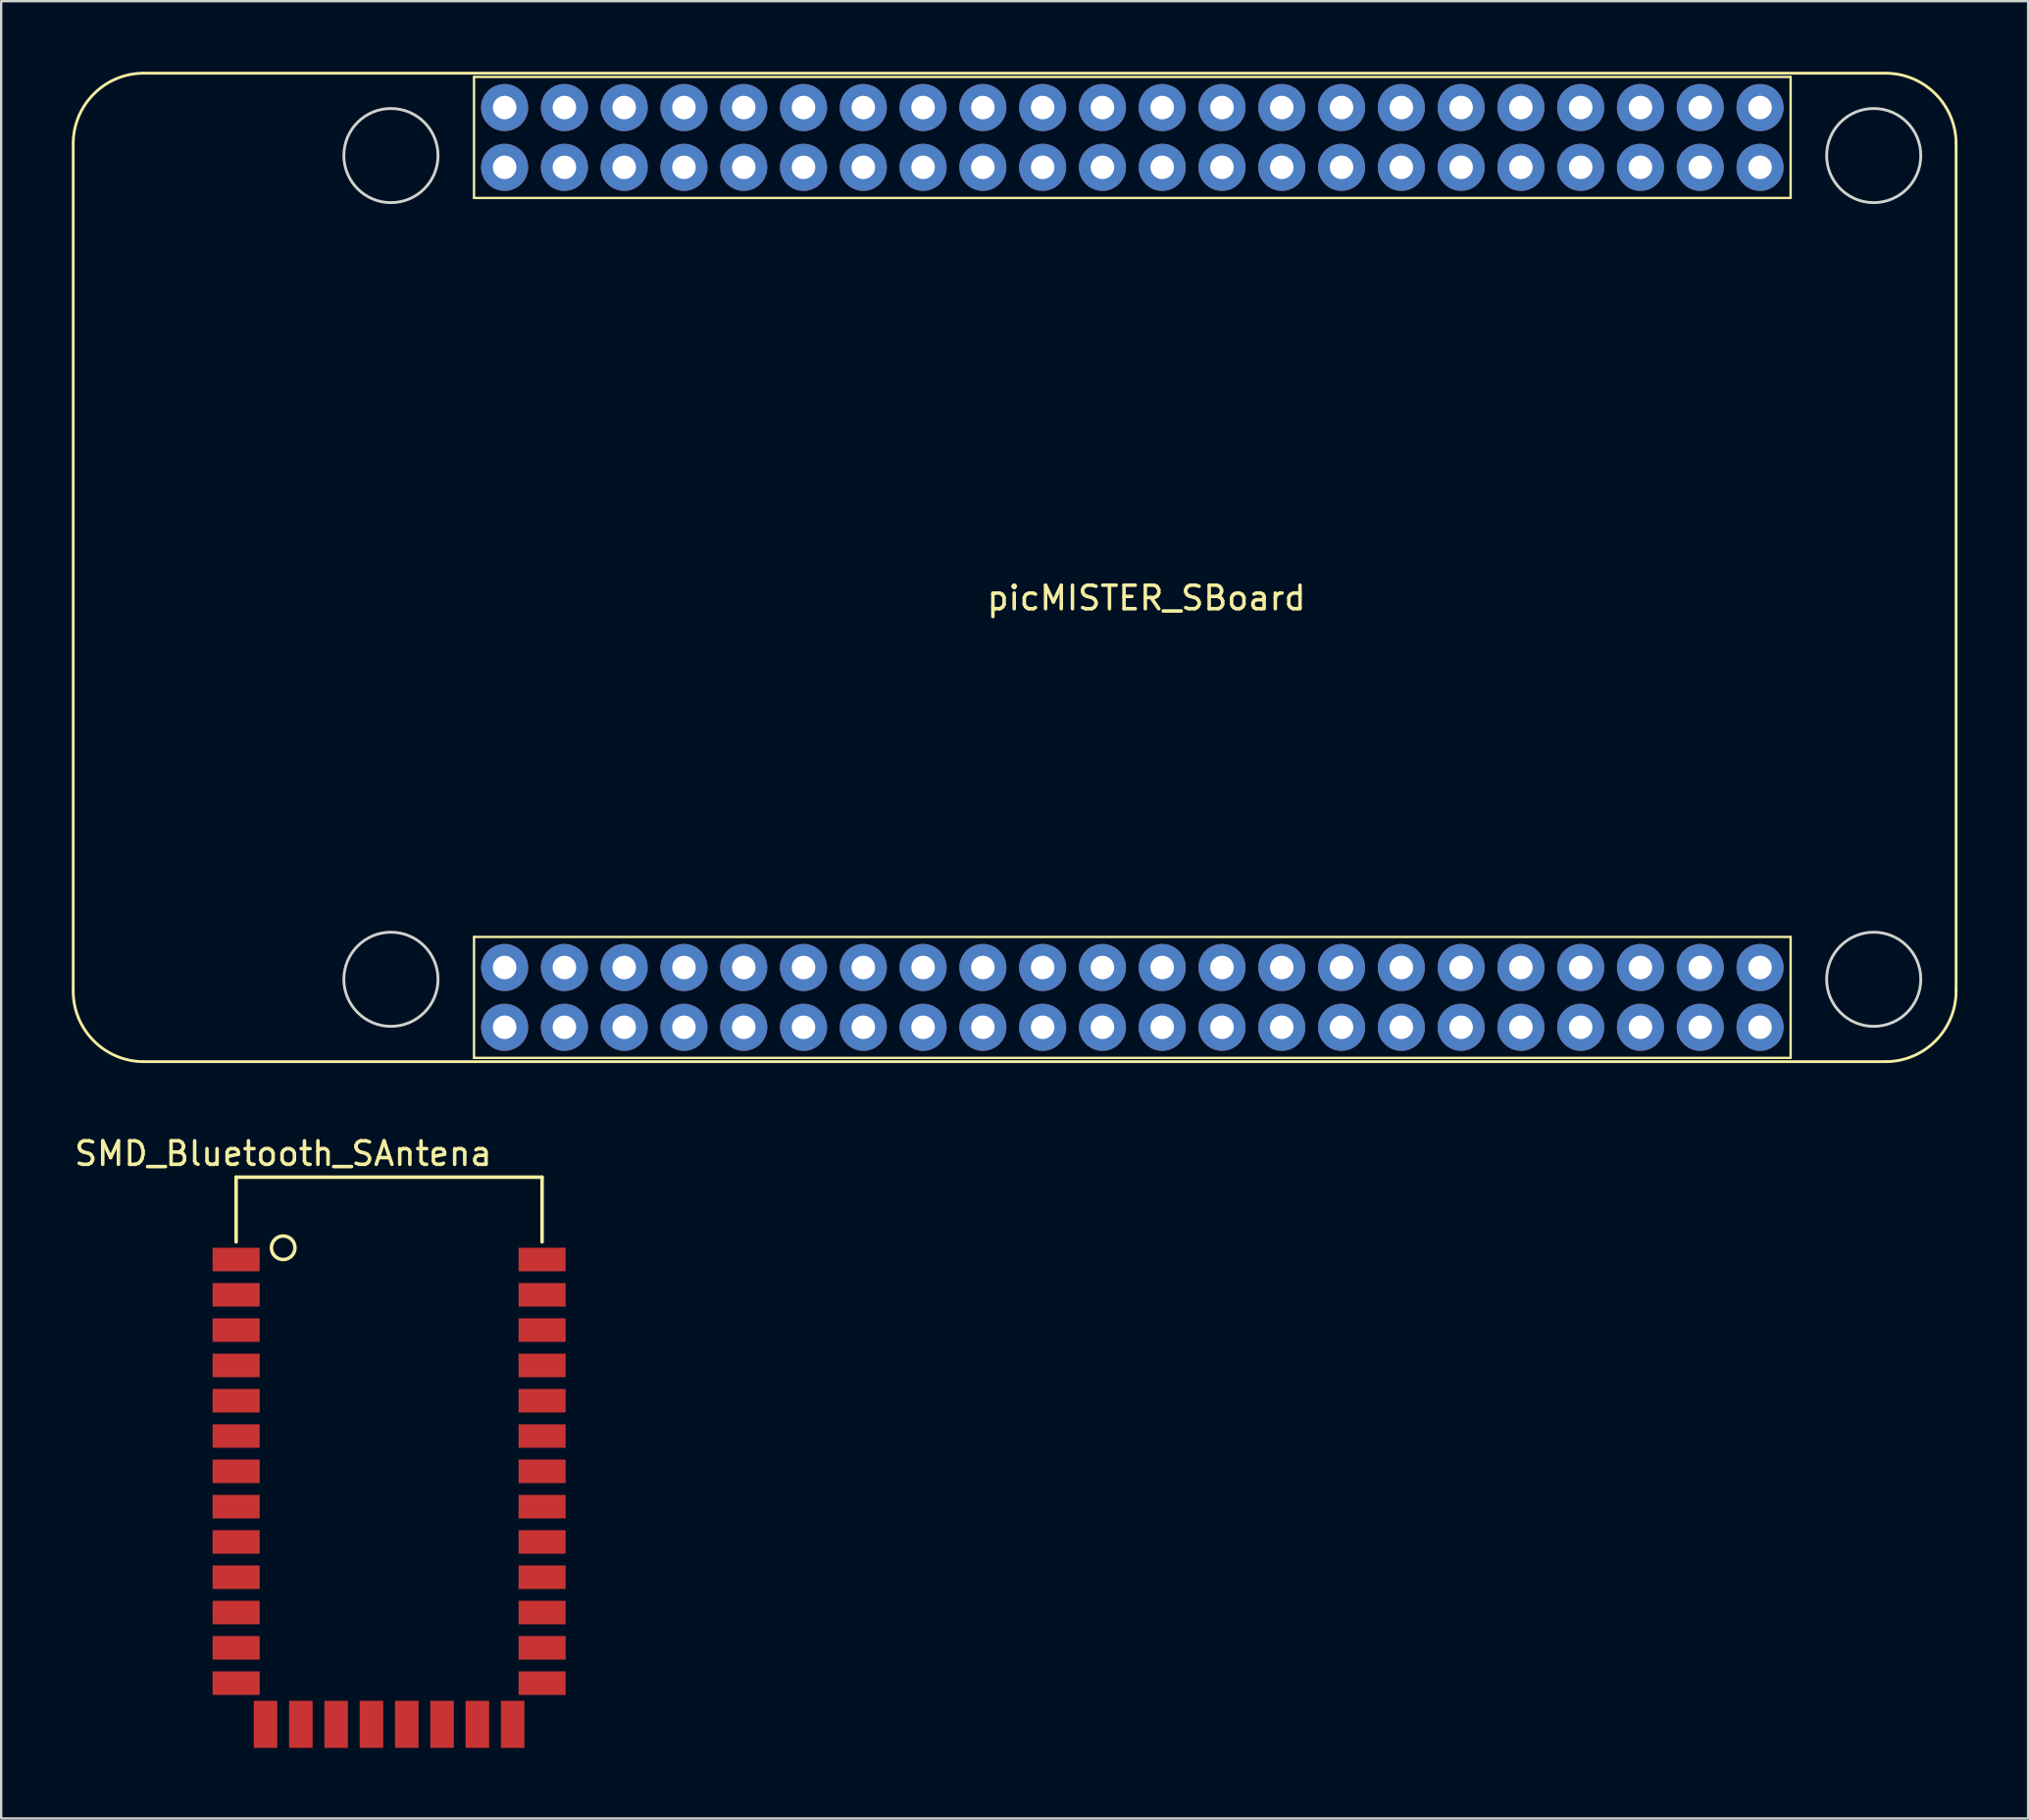
<source format=kicad_pcb>
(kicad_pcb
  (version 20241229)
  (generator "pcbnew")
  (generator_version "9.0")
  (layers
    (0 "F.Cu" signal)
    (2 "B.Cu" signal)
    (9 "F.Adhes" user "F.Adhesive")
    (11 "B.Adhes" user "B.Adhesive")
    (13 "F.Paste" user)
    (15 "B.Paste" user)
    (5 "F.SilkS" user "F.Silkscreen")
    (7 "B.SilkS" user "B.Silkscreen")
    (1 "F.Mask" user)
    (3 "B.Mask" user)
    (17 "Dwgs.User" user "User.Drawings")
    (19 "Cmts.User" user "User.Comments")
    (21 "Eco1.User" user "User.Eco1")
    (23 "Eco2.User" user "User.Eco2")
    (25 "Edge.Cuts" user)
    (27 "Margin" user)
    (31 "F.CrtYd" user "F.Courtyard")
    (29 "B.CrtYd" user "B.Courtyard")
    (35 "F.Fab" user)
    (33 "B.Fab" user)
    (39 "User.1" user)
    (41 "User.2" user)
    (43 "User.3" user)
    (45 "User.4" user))
  (footprint "picMISTER_SBoard"
    (layer "F.Cu")
    (at 45.06 21.06)
    (property "Reference" "picMISTER_SBoard" (at 0.6 1.3 0) (layer "F.SilkS") (effects (font (size 1 1) (thickness 0.15))))
    (attr through_hole)
    (fp_line (start -45 18) (end -45 -18) (stroke (width 0.12) (type solid)) (layer "F.SilkS"))
    (fp_line (start -42 -21) (end 32 -21) (stroke (width 0.12) (type solid)) (layer "F.SilkS"))
    (fp_line (start -27.97 -20.84) (end -27.97 -15.7) (stroke (width 0.1) (type solid)) (layer "F.SilkS"))
    (fp_line (start -27.97 -15.7) (end 27.97 -15.7) (stroke (width 0.1) (type solid)) (layer "F.SilkS"))
    (fp_line (start -27.97 15.7) (end 27.97 15.7) (stroke (width 0.1) (type solid)) (layer "F.SilkS"))
    (fp_line (start -27.97 20.84) (end -27.97 15.7) (stroke (width 0.1) (type solid)) (layer "F.SilkS"))
    (fp_line (start 27.97 -20.84) (end -27.97 -20.84) (stroke (width 0.1) (type solid)) (layer "F.SilkS"))
    (fp_line (start 27.97 -15.7) (end 27.97 -20.84) (stroke (width 0.1) (type solid)) (layer "F.SilkS"))
    (fp_line (start 27.97 15.7) (end 27.97 20.84) (stroke (width 0.1) (type solid)) (layer "F.SilkS"))
    (fp_line (start 27.97 20.84) (end -27.97 20.84) (stroke (width 0.1) (type solid)) (layer "F.SilkS"))
    (fp_line (start 32 21) (end -42 21) (stroke (width 0.12) (type solid)) (layer "F.SilkS"))
    (fp_line (start 35 -18) (end 35 18) (stroke (width 0.12) (type solid)) (layer "F.SilkS"))
    (fp_arc (start -45 -18) (mid -44.12132 -20.12132) (end -42 -21) (stroke (width 0.12) (type solid)) (layer "F.SilkS"))
    (fp_arc (start -42 21) (mid -44.12132 20.12132) (end -45 18) (stroke (width 0.12) (type solid)) (layer "F.SilkS"))
    (fp_arc (start 32 -21) (mid 34.12132 -20.12132) (end 35 -18) (stroke (width 0.12) (type solid)) (layer "F.SilkS"))
    (fp_arc (start 35 18) (mid 34.12132 20.12132) (end 32 21) (stroke (width 0.12) (type solid)) (layer "F.SilkS"))
    (fp_circle (center -31.5 -17.5) (end -29.5 -17.5) (stroke (width 0.12) (type solid)) (fill no) (layer "Edge.Cuts"))
    (fp_circle (center -31.5 17.5) (end -29.5 17.5) (stroke (width 0.12) (type solid)) (fill no) (layer "Edge.Cuts"))
    (fp_circle (center 31.5 -17.5) (end 33.5 -17.5) (stroke (width 0.12) (type solid)) (fill no) (layer "Edge.Cuts"))
    (fp_circle (center 31.5 17.5) (end 33.5 17.5) (stroke (width 0.12) (type solid)) (fill no) (layer "Edge.Cuts"))
    (pad "1" thru_hole circle (at -26.67 17) (size 2 2) (drill 1) (layers "*.Cu" "*.Mask"))
    (pad "1" thru_hole circle (at -26.67 19.54) (size 2 2) (drill 1) (layers "*.Cu" "*.Mask"))
    (pad "2" thru_hole circle (at -24.13 17) (size 2 2) (drill 1) (layers "*.Cu" "*.Mask"))
    (pad "2" thru_hole circle (at -24.13 19.54) (size 2 2) (drill 1) (layers "*.Cu" "*.Mask"))
    (pad "3" thru_hole circle (at -21.59 17) (size 2 2) (drill 1) (layers "*.Cu" "*.Mask"))
    (pad "3" thru_hole circle (at -21.59 19.54) (size 2 2) (drill 1) (layers "*.Cu" "*.Mask"))
    (pad "4" thru_hole circle (at -19.05 17) (size 2 2) (drill 1) (layers "*.Cu" "*.Mask"))
    (pad "4" thru_hole circle (at -19.05 19.54) (size 2 2) (drill 1) (layers "*.Cu" "*.Mask"))
    (pad "5" thru_hole circle (at -16.51 17) (size 2 2) (drill 1) (layers "*.Cu" "*.Mask"))
    (pad "5" thru_hole circle (at -16.51 19.54) (size 2 2) (drill 1) (layers "*.Cu" "*.Mask"))
    (pad "6" thru_hole circle (at -13.97 17) (size 2 2) (drill 1) (layers "*.Cu" "*.Mask"))
    (pad "6" thru_hole circle (at -13.97 19.54) (size 2 2) (drill 1) (layers "*.Cu" "*.Mask"))
    (pad "7" thru_hole circle (at -11.43 17) (size 2 2) (drill 1) (layers "*.Cu" "*.Mask"))
    (pad "7" thru_hole circle (at -11.43 19.54) (size 2 2) (drill 1) (layers "*.Cu" "*.Mask"))
    (pad "8" thru_hole circle (at -8.89 17) (size 2 2) (drill 1) (layers "*.Cu" "*.Mask"))
    (pad "8" thru_hole circle (at -8.89 19.54) (size 2 2) (drill 1) (layers "*.Cu" "*.Mask"))
    (pad "9" thru_hole circle (at -6.35 17) (size 2 2) (drill 1) (layers "*.Cu" "*.Mask"))
    (pad "9" thru_hole circle (at -6.35 19.54) (size 2 2) (drill 1) (layers "*.Cu" "*.Mask"))
    (pad "10" thru_hole circle (at -3.81 17) (size 2 2) (drill 1) (layers "*.Cu" "*.Mask"))
    (pad "10" thru_hole circle (at -3.81 19.54) (size 2 2) (drill 1) (layers "*.Cu" "*.Mask"))
    (pad "11" thru_hole circle (at -1.27 17) (size 2 2) (drill 1) (layers "*.Cu" "*.Mask"))
    (pad "11" thru_hole circle (at -1.27 19.54) (size 2 2) (drill 1) (layers "*.Cu" "*.Mask"))
    (pad "12" thru_hole circle (at 1.27 17) (size 2 2) (drill 1) (layers "*.Cu" "*.Mask"))
    (pad "12" thru_hole circle (at 1.27 19.54) (size 2 2) (drill 1) (layers "*.Cu" "*.Mask"))
    (pad "13" thru_hole circle (at 3.81 17) (size 2 2) (drill 1) (layers "*.Cu" "*.Mask"))
    (pad "13" thru_hole circle (at 3.81 19.54) (size 2 2) (drill 1) (layers "*.Cu" "*.Mask"))
    (pad "14" thru_hole circle (at 6.35 17) (size 2 2) (drill 1) (layers "*.Cu" "*.Mask"))
    (pad "14" thru_hole circle (at 6.35 19.54) (size 2 2) (drill 1) (layers "*.Cu" "*.Mask"))
    (pad "15" thru_hole circle (at 8.89 17) (size 2 2) (drill 1) (layers "*.Cu" "*.Mask"))
    (pad "15" thru_hole circle (at 8.89 19.54) (size 2 2) (drill 1) (layers "*.Cu" "*.Mask"))
    (pad "16" thru_hole circle (at 11.43 17) (size 2 2) (drill 1) (layers "*.Cu" "*.Mask"))
    (pad "16" thru_hole circle (at 11.43 19.54) (size 2 2) (drill 1) (layers "*.Cu" "*.Mask"))
    (pad "17" thru_hole circle (at 13.97 17) (size 2 2) (drill 1) (layers "*.Cu" "*.Mask"))
    (pad "17" thru_hole circle (at 13.97 19.54) (size 2 2) (drill 1) (layers "*.Cu" "*.Mask"))
    (pad "18" thru_hole circle (at 16.51 17) (size 2 2) (drill 1) (layers "*.Cu" "*.Mask"))
    (pad "18" thru_hole circle (at 16.51 19.54) (size 2 2) (drill 1) (layers "*.Cu" "*.Mask"))
    (pad "19" thru_hole circle (at 19.05 17) (size 2 2) (drill 1) (layers "*.Cu" "*.Mask"))
    (pad "19" thru_hole circle (at 19.05 19.54) (size 2 2) (drill 1) (layers "*.Cu" "*.Mask"))
    (pad "20" thru_hole circle (at 21.59 17) (size 2 2) (drill 1) (layers "*.Cu" "*.Mask"))
    (pad "20" thru_hole circle (at 21.59 19.54) (size 2 2) (drill 1) (layers "*.Cu" "*.Mask"))
    (pad "21" thru_hole circle (at 24.13 17) (size 2 2) (drill 1) (layers "*.Cu" "*.Mask"))
    (pad "21" thru_hole circle (at 24.13 19.54) (size 2 2) (drill 1) (layers "*.Cu" "*.Mask"))
    (pad "22" thru_hole circle (at 26.67 17) (size 2 2) (drill 1) (layers "*.Cu" "*.Mask"))
    (pad "22" thru_hole circle (at 26.67 19.54) (size 2 2) (drill 1) (layers "*.Cu" "*.Mask"))
    (pad "23" thru_hole circle (at 26.67 -19.54) (size 2 2) (drill 1) (layers "*.Cu" "*.Mask"))
    (pad "23" thru_hole circle (at 26.67 -17) (size 2 2) (drill 1) (layers "*.Cu" "*.Mask"))
    (pad "24" thru_hole circle (at 24.13 -19.54) (size 2 2) (drill 1) (layers "*.Cu" "*.Mask"))
    (pad "24" thru_hole circle (at 24.13 -17) (size 2 2) (drill 1) (layers "*.Cu" "*.Mask"))
    (pad "25" thru_hole circle (at 21.59 -19.54) (size 2 2) (drill 1) (layers "*.Cu" "*.Mask"))
    (pad "25" thru_hole circle (at 21.59 -17) (size 2 2) (drill 1) (layers "*.Cu" "*.Mask"))
    (pad "26" thru_hole circle (at 19.05 -19.54) (size 2 2) (drill 1) (layers "*.Cu" "*.Mask"))
    (pad "26" thru_hole circle (at 19.05 -17) (size 2 2) (drill 1) (layers "*.Cu" "*.Mask"))
    (pad "27" thru_hole circle (at 16.51 -19.54) (size 2 2) (drill 1) (layers "*.Cu" "*.Mask"))
    (pad "27" thru_hole circle (at 16.51 -17) (size 2 2) (drill 1) (layers "*.Cu" "*.Mask"))
    (pad "28" thru_hole circle (at 13.97 -19.54) (size 2 2) (drill 1) (layers "*.Cu" "*.Mask"))
    (pad "28" thru_hole circle (at 13.97 -17) (size 2 2) (drill 1) (layers "*.Cu" "*.Mask"))
    (pad "29" thru_hole circle (at 11.43 -19.54) (size 2 2) (drill 1) (layers "*.Cu" "*.Mask"))
    (pad "29" thru_hole circle (at 11.43 -17) (size 2 2) (drill 1) (layers "*.Cu" "*.Mask"))
    (pad "30" thru_hole circle (at 8.89 -19.54) (size 2 2) (drill 1) (layers "*.Cu" "*.Mask"))
    (pad "30" thru_hole circle (at 8.89 -17) (size 2 2) (drill 1) (layers "*.Cu" "*.Mask"))
    (pad "31" thru_hole circle (at 6.35 -19.54) (size 2 2) (drill 1) (layers "*.Cu" "*.Mask"))
    (pad "31" thru_hole circle (at 6.35 -17) (size 2 2) (drill 1) (layers "*.Cu" "*.Mask"))
    (pad "32" thru_hole circle (at 3.81 -19.54) (size 2 2) (drill 1) (layers "*.Cu" "*.Mask"))
    (pad "32" thru_hole circle (at 3.81 -17) (size 2 2) (drill 1) (layers "*.Cu" "*.Mask"))
    (pad "33" thru_hole circle (at 1.27 -19.54) (size 2 2) (drill 1) (layers "*.Cu" "*.Mask"))
    (pad "33" thru_hole circle (at 1.27 -17) (size 2 2) (drill 1) (layers "*.Cu" "*.Mask"))
    (pad "34" thru_hole circle (at -1.27 -19.54) (size 2 2) (drill 1) (layers "*.Cu" "*.Mask"))
    (pad "34" thru_hole circle (at -1.27 -17) (size 2 2) (drill 1) (layers "*.Cu" "*.Mask"))
    (pad "35" thru_hole circle (at -3.81 -19.54) (size 2 2) (drill 1) (layers "*.Cu" "*.Mask"))
    (pad "35" thru_hole circle (at -3.81 -17) (size 2 2) (drill 1) (layers "*.Cu" "*.Mask"))
    (pad "36" thru_hole circle (at -6.35 -19.54) (size 2 2) (drill 1) (layers "*.Cu" "*.Mask"))
    (pad "36" thru_hole circle (at -6.35 -17) (size 2 2) (drill 1) (layers "*.Cu" "*.Mask"))
    (pad "37" thru_hole circle (at -8.89 -19.54) (size 2 2) (drill 1) (layers "*.Cu" "*.Mask"))
    (pad "37" thru_hole circle (at -8.89 -17) (size 2 2) (drill 1) (layers "*.Cu" "*.Mask"))
    (pad "38" thru_hole circle (at -11.43 -19.54) (size 2 2) (drill 1) (layers "*.Cu" "*.Mask"))
    (pad "38" thru_hole circle (at -11.43 -17) (size 2 2) (drill 1) (layers "*.Cu" "*.Mask"))
    (pad "39" thru_hole circle (at -13.97 -19.54) (size 2 2) (drill 1) (layers "*.Cu" "*.Mask"))
    (pad "39" thru_hole circle (at -13.97 -17) (size 2 2) (drill 1) (layers "*.Cu" "*.Mask"))
    (pad "40" thru_hole circle (at -16.51 -19.54) (size 2 2) (drill 1) (layers "*.Cu" "*.Mask"))
    (pad "40" thru_hole circle (at -16.51 -17) (size 2 2) (drill 1) (layers "*.Cu" "*.Mask"))
    (pad "41" thru_hole circle (at -19.05 -19.54) (size 2 2) (drill 1) (layers "*.Cu" "*.Mask"))
    (pad "41" thru_hole circle (at -19.05 -17) (size 2 2) (drill 1) (layers "*.Cu" "*.Mask"))
    (pad "42" thru_hole circle (at -21.59 -19.54) (size 2 2) (drill 1) (layers "*.Cu" "*.Mask"))
    (pad "42" thru_hole circle (at -21.59 -17) (size 2 2) (drill 1) (layers "*.Cu" "*.Mask"))
    (pad "43" thru_hole circle (at -24.13 -19.54) (size 2 2) (drill 1) (layers "*.Cu" "*.Mask"))
    (pad "43" thru_hole circle (at -24.13 -17) (size 2 2) (drill 1) (layers "*.Cu" "*.Mask"))
    (pad "44" thru_hole circle (at -26.67 -19.54) (size 2 2) (drill 1) (layers "*.Cu" "*.Mask"))
    (pad "44" thru_hole circle (at -26.67 -17) (size 2 2) (drill 1) (layers "*.Cu" "*.Mask")))
  (footprint "SMD_Bluetooth_SAntena"
    (layer "F.Cu")
    (at 13.482 59.468)
    (property "Reference" "SMD_Bluetooth_SAntena" (at -4.5 -13.5 0) (layer "F.SilkS") (effects (font (size 1 1) (thickness 0.15))))
    (attr through_hole)
    (fp_line (start -6.5 -12.5) (end -6.5 -9.75) (stroke (width 0.15) (type solid)) (layer "F.SilkS"))
    (fp_line (start -6.5 -12.5) (end 6.5 -12.5) (stroke (width 0.15) (type solid)) (layer "F.SilkS"))
    (fp_line (start 6.5 -12.5) (end 6.5 -9.75) (stroke (width 0.15) (type solid)) (layer "F.SilkS"))
    (fp_circle (center -4.5 -9.5) (end -4 -9.5) (stroke (width 0.15) (type solid)) (fill no) (layer "F.SilkS"))
    (pad "1" smd rect (at -6.5 -9) (size 2 1) (layers "F.Cu" "F.Mask" "F.Paste"))
    (pad "2" smd rect (at -6.5 -7.5) (size 2 1) (layers "F.Cu" "F.Mask" "F.Paste"))
    (pad "3" smd rect (at -6.5 -6) (size 2 1) (layers "F.Cu" "F.Mask" "F.Paste"))
    (pad "4" smd rect (at -6.5 -4.5) (size 2 1) (layers "F.Cu" "F.Mask" "F.Paste"))
    (pad "5" smd rect (at -6.5 -3) (size 2 1) (layers "F.Cu" "F.Mask" "F.Paste"))
    (pad "6" smd rect (at -6.5 -1.5) (size 2 1) (layers "F.Cu" "F.Mask" "F.Paste"))
    (pad "7" smd rect (at -6.5 0) (size 2 1) (layers "F.Cu" "F.Mask" "F.Paste"))
    (pad "8" smd rect (at -6.5 1.5) (size 2 1) (layers "F.Cu" "F.Mask" "F.Paste"))
    (pad "9" smd rect (at -6.5 3) (size 2 1) (layers "F.Cu" "F.Mask" "F.Paste"))
    (pad "10" smd rect (at -6.5 4.5) (size 2 1) (layers "F.Cu" "F.Mask" "F.Paste"))
    (pad "11" smd rect (at -6.5 6) (size 2 1) (layers "F.Cu" "F.Mask" "F.Paste"))
    (pad "12" smd rect (at -6.5 7.5) (size 2 1) (layers "F.Cu" "F.Mask" "F.Paste"))
    (pad "13" smd rect (at -6.5 9) (size 2 1) (layers "F.Cu" "F.Mask" "F.Paste"))
    (pad "14" smd rect (at -5.25 10.75) (size 1 2) (layers "F.Cu" "F.Mask" "F.Paste"))
    (pad "15" smd rect (at -3.75 10.75) (size 1 2) (layers "F.Cu" "F.Mask" "F.Paste"))
    (pad "16" smd rect (at -2.25 10.75) (size 1 2) (layers "F.Cu" "F.Mask" "F.Paste"))
    (pad "17" smd rect (at -0.75 10.75) (size 1 2) (layers "F.Cu" "F.Mask" "F.Paste"))
    (pad "18" smd rect (at 0.75 10.75) (size 1 2) (layers "F.Cu" "F.Mask" "F.Paste"))
    (pad "19" smd rect (at 2.25 10.75) (size 1 2) (layers "F.Cu" "F.Mask" "F.Paste"))
    (pad "20" smd rect (at 3.75 10.75) (size 1 2) (layers "F.Cu" "F.Mask" "F.Paste"))
    (pad "21" smd rect (at 5.25 10.75) (size 1 2) (layers "F.Cu" "F.Mask" "F.Paste"))
    (pad "22" smd rect (at 6.5 9) (size 2 1) (layers "F.Cu" "F.Mask" "F.Paste"))
    (pad "23" smd rect (at 6.5 7.5) (size 2 1) (layers "F.Cu" "F.Mask" "F.Paste"))
    (pad "24" smd rect (at 6.5 6) (size 2 1) (layers "F.Cu" "F.Mask" "F.Paste"))
    (pad "25" smd rect (at 6.5 4.5) (size 2 1) (layers "F.Cu" "F.Mask" "F.Paste"))
    (pad "26" smd rect (at 6.5 3) (size 2 1) (layers "F.Cu" "F.Mask" "F.Paste"))
    (pad "27" smd rect (at 6.5 1.5) (size 2 1) (layers "F.Cu" "F.Mask" "F.Paste"))
    (pad "28" smd rect (at 6.5 0) (size 2 1) (layers "F.Cu" "F.Mask" "F.Paste"))
    (pad "29" smd rect (at 6.5 -1.5) (size 2 1) (layers "F.Cu" "F.Mask" "F.Paste"))
    (pad "30" smd rect (at 6.5 -3) (size 2 1) (layers "F.Cu" "F.Mask" "F.Paste"))
    (pad "31" smd rect (at 6.5 -4.5) (size 2 1) (layers "F.Cu" "F.Mask" "F.Paste"))
    (pad "32" smd rect (at 6.5 -6) (size 2 1) (layers "F.Cu" "F.Mask" "F.Paste"))
    (pad "33" smd rect (at 6.5 -7.5) (size 2 1) (layers "F.Cu" "F.Mask" "F.Paste"))
    (pad "34" smd rect (at 6.5 -9) (size 2 1) (layers "F.Cu" "F.Mask" "F.Paste")))
  (gr_rect
    (start -3 -3)
    (end 83.12 74.218)
    (stroke (width 0.1) (type default))
    (fill no)
    (layer "Edge.Cuts")))
</source>
